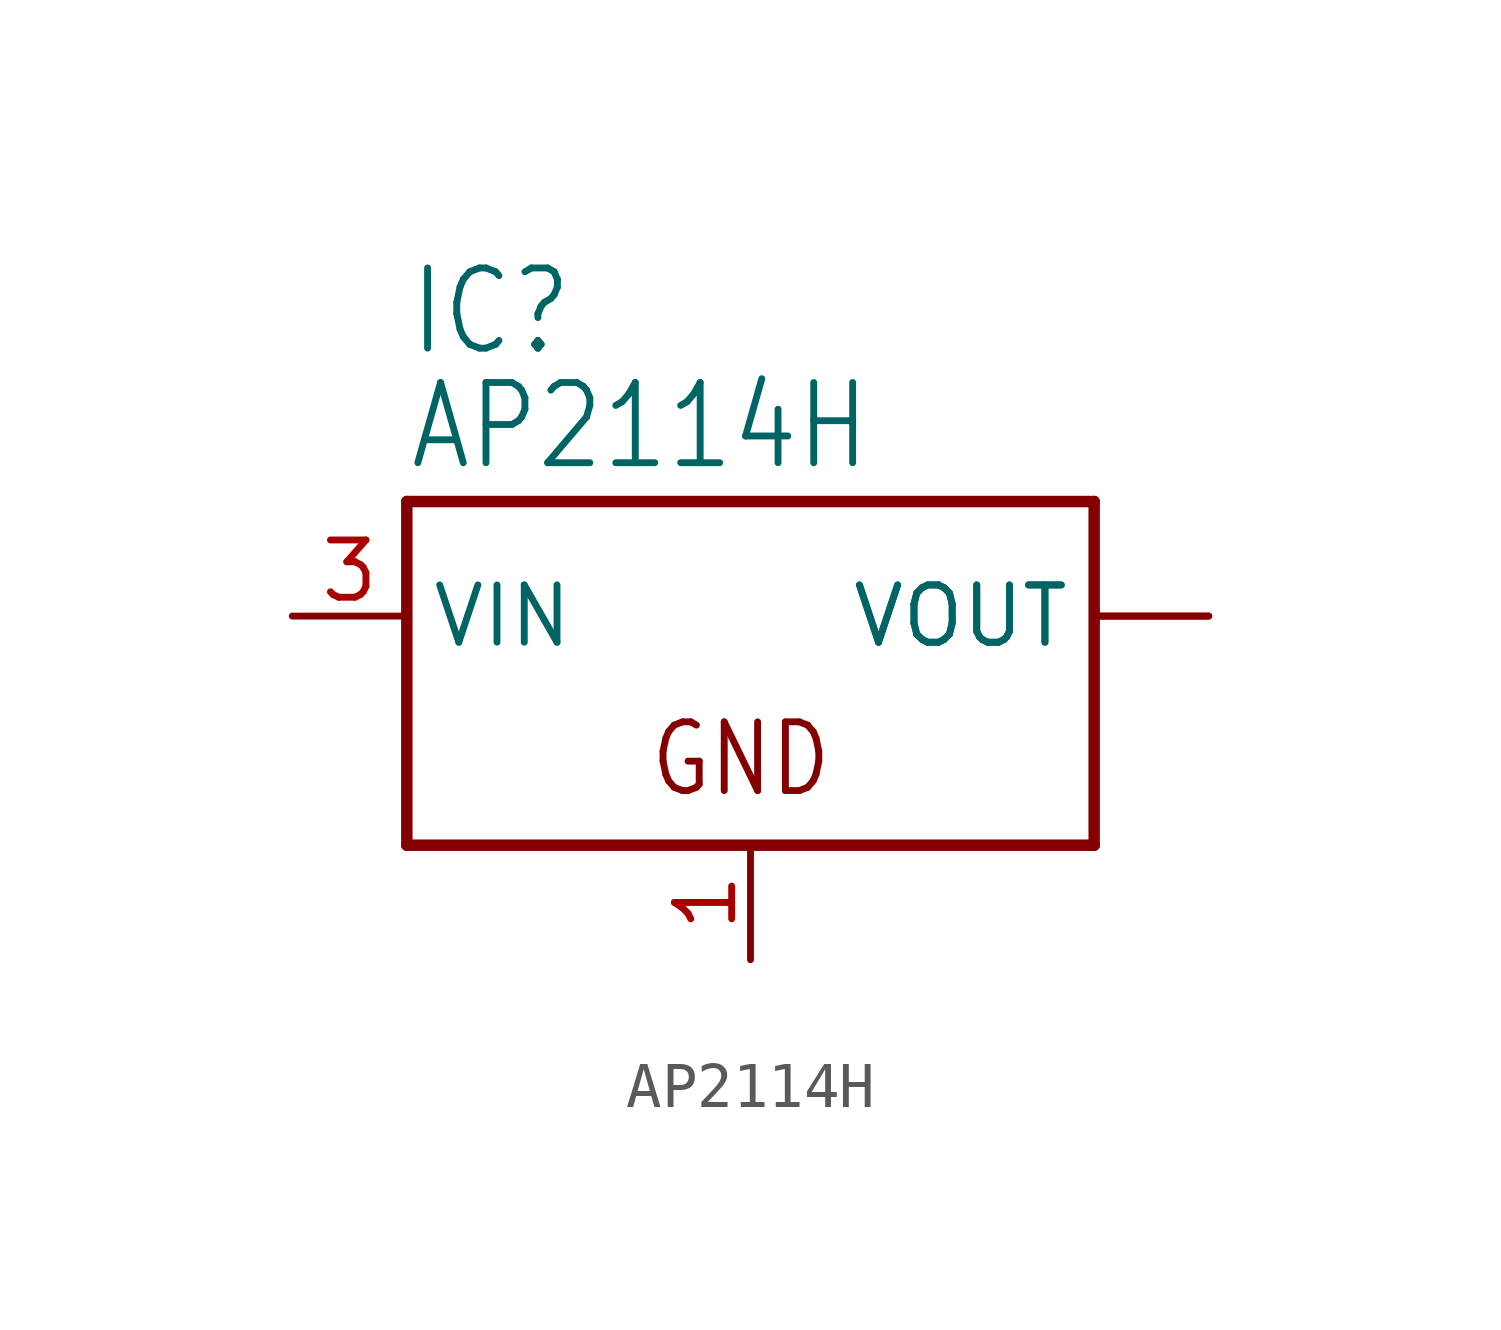
<source format=kicad_sym>
(kicad_symbol_lib
  (version 20201005)
  (generator kicad_symbol_editor)
  (symbol "AP2114H"
    (property "Reference" "IC"
      (at -7.62 5.715 0)
      (effects (font (size 1.778 1.511)) (justify left bottom)))
    (property "Value" "AP2114H"
      (at -7.62 3.175 0)
      (effects (font (size 1.778 1.511)) (justify left bottom)))
    (property "ki_locked" ""
      (at 0 0 0)
      (effects (font (size 1.27 1.27))))
    (symbol "AP2114H_1_0"
      (text "GND" (at -2.286 -4.064 0) (effects (font (size 1.524 1.295)) (justify left bottom)))
      (polyline (pts (xy -7.62 -5.08) (xy 7.62 -5.08)) (stroke (width 0.254)) (fill (type none)))
      (polyline (pts (xy -7.62 2.54) (xy -7.62 -5.08)) (stroke (width 0.254)) (fill (type none)))
      (polyline (pts (xy 7.62 -5.08) (xy 7.62 2.54)) (stroke (width 0.254)) (fill (type none)))
      (polyline (pts (xy 7.62 2.54) (xy -7.62 2.54)) (stroke (width 0.254)) (fill (type none)))
      (pin power_in line (at 0 -7.62 90) (length 2.54) (name "GND" (effects (font (size 0 0)))) (number "1" (effects (font (size 1.27 1.27)))))
      (pin power_in line (at 10.16 0 180) (length 2.54) (name "VOUT" (effects (font (size 1.27 1.27)))) (number "2" (effects (font (size 0 0)))))
      (pin power_in line (at -10.16 0 0) (length 2.54) (name "VIN" (effects (font (size 1.27 1.27)))) (number "3" (effects (font (size 1.27 1.27)))))
      (pin power_in line (at 10.16 0 180) (length 2.54) (name "VOUT" (effects (font (size 1.27 1.27)))) (number "4" (effects (font (size 0 0))))))))
</source>
